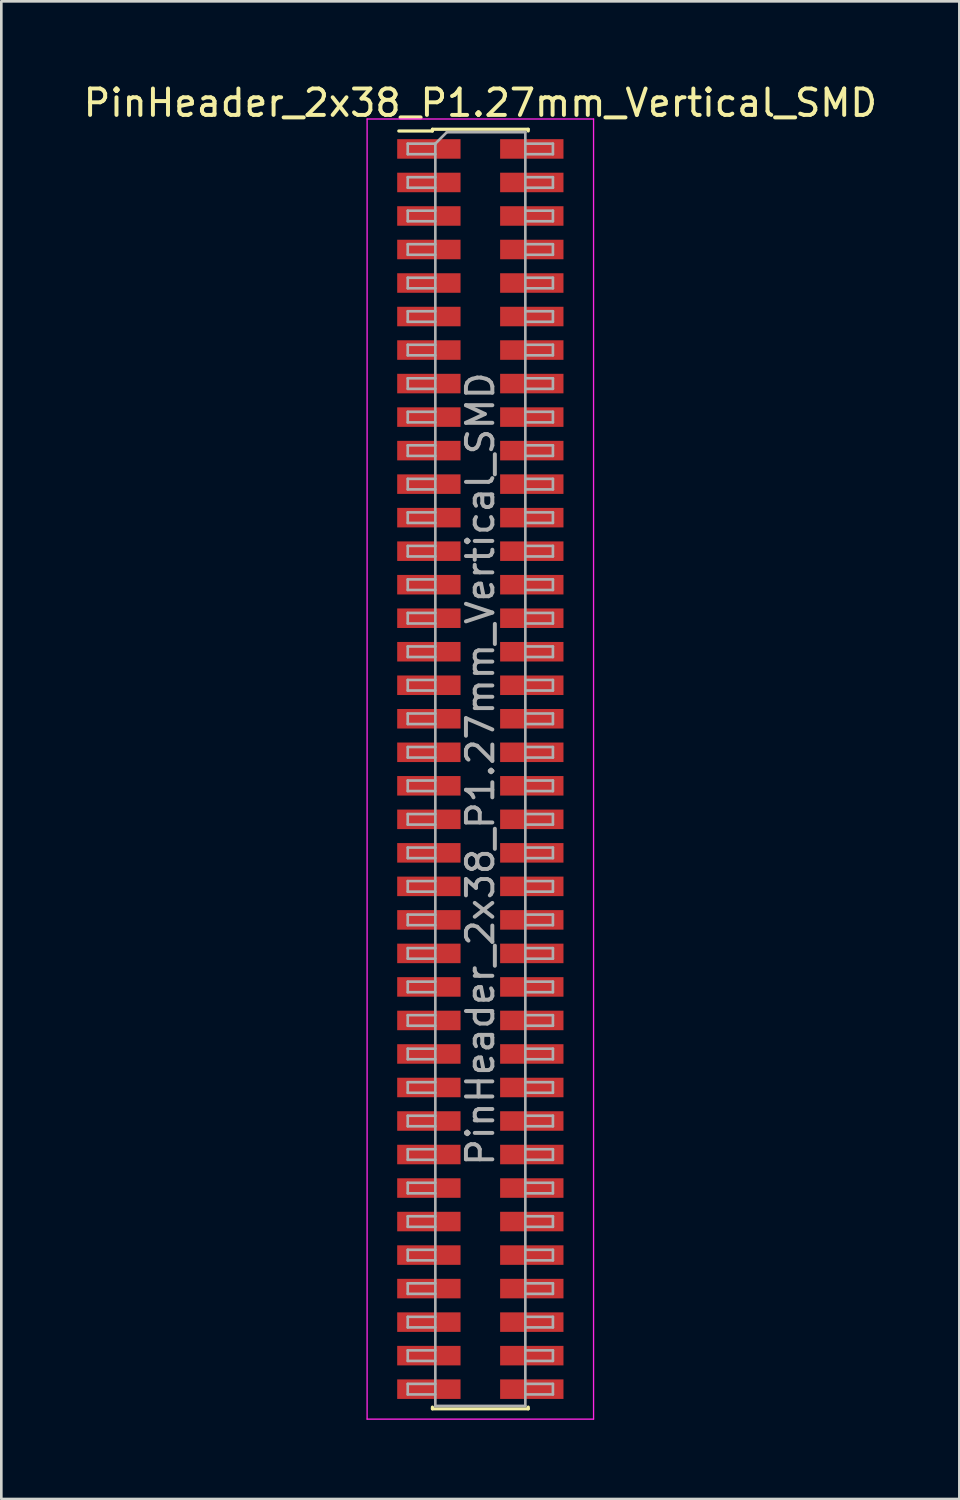
<source format=kicad_pcb>
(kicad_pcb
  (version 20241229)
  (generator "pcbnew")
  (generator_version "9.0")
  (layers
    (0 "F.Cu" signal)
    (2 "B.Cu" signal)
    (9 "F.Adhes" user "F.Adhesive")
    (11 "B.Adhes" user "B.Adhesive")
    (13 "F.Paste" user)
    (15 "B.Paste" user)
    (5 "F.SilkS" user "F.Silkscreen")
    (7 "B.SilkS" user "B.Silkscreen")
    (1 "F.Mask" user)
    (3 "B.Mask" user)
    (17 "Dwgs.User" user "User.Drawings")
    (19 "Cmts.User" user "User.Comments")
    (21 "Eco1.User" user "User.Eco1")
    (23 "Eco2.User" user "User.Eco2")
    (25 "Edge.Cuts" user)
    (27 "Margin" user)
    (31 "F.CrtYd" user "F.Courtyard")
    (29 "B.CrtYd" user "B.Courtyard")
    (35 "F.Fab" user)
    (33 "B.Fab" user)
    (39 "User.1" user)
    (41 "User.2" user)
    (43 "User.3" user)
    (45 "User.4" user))
  (footprint "PinHeader_2x38_P1.27mm_Vertical_SMD"
    (layer "F.Cu")
    (at 15.149 26.088)
    (property "Reference" "PinHeader_2x38_P1.27mm_Vertical_SMD" (at 0 -25.24 0) (layer "F.SilkS") (effects (font (size 1 1) (thickness 0.15))))
    (attr smd)
    (fp_line (start -3.09 -24.175) (end -1.815 -24.175) (stroke (width 0.12) (type solid)) (layer "F.SilkS"))
    (fp_line (start -1.815 -24.24) (end -1.815 -24.175) (stroke (width 0.12) (type solid)) (layer "F.SilkS"))
    (fp_line (start -1.815 -24.24) (end 1.815 -24.24) (stroke (width 0.12) (type solid)) (layer "F.SilkS"))
    (fp_line (start -1.815 24.175) (end -1.815 24.24) (stroke (width 0.12) (type solid)) (layer "F.SilkS"))
    (fp_line (start -1.815 24.24) (end 1.815 24.24) (stroke (width 0.12) (type solid)) (layer "F.SilkS"))
    (fp_line (start 1.815 -24.24) (end 1.815 -24.175) (stroke (width 0.12) (type solid)) (layer "F.SilkS"))
    (fp_line (start 1.815 24.175) (end 1.815 24.24) (stroke (width 0.12) (type solid)) (layer "F.SilkS"))
    (fp_line (start -4.29 -24.63) (end -4.29 24.63) (stroke (width 0.05) (type solid)) (layer "F.CrtYd"))
    (fp_line (start -4.29 24.63) (end 4.29 24.63) (stroke (width 0.05) (type solid)) (layer "F.CrtYd"))
    (fp_line (start 4.29 -24.63) (end -4.29 -24.63) (stroke (width 0.05) (type solid)) (layer "F.CrtYd"))
    (fp_line (start 4.29 24.63) (end 4.29 -24.63) (stroke (width 0.05) (type solid)) (layer "F.CrtYd"))
    (fp_line (start -2.75 -23.695) (end -2.75 -23.295) (stroke (width 0.1) (type solid)) (layer "F.Fab"))
    (fp_line (start -2.75 -23.295) (end -1.705 -23.295) (stroke (width 0.1) (type solid)) (layer "F.Fab"))
    (fp_line (start -2.75 -22.425) (end -2.75 -22.025) (stroke (width 0.1) (type solid)) (layer "F.Fab"))
    (fp_line (start -2.75 -22.025) (end -1.705 -22.025) (stroke (width 0.1) (type solid)) (layer "F.Fab"))
    (fp_line (start -2.75 -21.155) (end -2.75 -20.755) (stroke (width 0.1) (type solid)) (layer "F.Fab"))
    (fp_line (start -2.75 -20.755) (end -1.705 -20.755) (stroke (width 0.1) (type solid)) (layer "F.Fab"))
    (fp_line (start -2.75 -19.885) (end -2.75 -19.485) (stroke (width 0.1) (type solid)) (layer "F.Fab"))
    (fp_line (start -2.75 -19.485) (end -1.705 -19.485) (stroke (width 0.1) (type solid)) (layer "F.Fab"))
    (fp_line (start -2.75 -18.615) (end -2.75 -18.215) (stroke (width 0.1) (type solid)) (layer "F.Fab"))
    (fp_line (start -2.75 -18.215) (end -1.705 -18.215) (stroke (width 0.1) (type solid)) (layer "F.Fab"))
    (fp_line (start -2.75 -17.345) (end -2.75 -16.945) (stroke (width 0.1) (type solid)) (layer "F.Fab"))
    (fp_line (start -2.75 -16.945) (end -1.705 -16.945) (stroke (width 0.1) (type solid)) (layer "F.Fab"))
    (fp_line (start -2.75 -16.075) (end -2.75 -15.675) (stroke (width 0.1) (type solid)) (layer "F.Fab"))
    (fp_line (start -2.75 -15.675) (end -1.705 -15.675) (stroke (width 0.1) (type solid)) (layer "F.Fab"))
    (fp_line (start -2.75 -14.805) (end -2.75 -14.405) (stroke (width 0.1) (type solid)) (layer "F.Fab"))
    (fp_line (start -2.75 -14.405) (end -1.705 -14.405) (stroke (width 0.1) (type solid)) (layer "F.Fab"))
    (fp_line (start -2.75 -13.535) (end -2.75 -13.135) (stroke (width 0.1) (type solid)) (layer "F.Fab"))
    (fp_line (start -2.75 -13.135) (end -1.705 -13.135) (stroke (width 0.1) (type solid)) (layer "F.Fab"))
    (fp_line (start -2.75 -12.265) (end -2.75 -11.865) (stroke (width 0.1) (type solid)) (layer "F.Fab"))
    (fp_line (start -2.75 -11.865) (end -1.705 -11.865) (stroke (width 0.1) (type solid)) (layer "F.Fab"))
    (fp_line (start -2.75 -10.995) (end -2.75 -10.595) (stroke (width 0.1) (type solid)) (layer "F.Fab"))
    (fp_line (start -2.75 -10.595) (end -1.705 -10.595) (stroke (width 0.1) (type solid)) (layer "F.Fab"))
    (fp_line (start -2.75 -9.725) (end -2.75 -9.325) (stroke (width 0.1) (type solid)) (layer "F.Fab"))
    (fp_line (start -2.75 -9.325) (end -1.705 -9.325) (stroke (width 0.1) (type solid)) (layer "F.Fab"))
    (fp_line (start -2.75 -8.455) (end -2.75 -8.055) (stroke (width 0.1) (type solid)) (layer "F.Fab"))
    (fp_line (start -2.75 -8.055) (end -1.705 -8.055) (stroke (width 0.1) (type solid)) (layer "F.Fab"))
    (fp_line (start -2.75 -7.185) (end -2.75 -6.785) (stroke (width 0.1) (type solid)) (layer "F.Fab"))
    (fp_line (start -2.75 -6.785) (end -1.705 -6.785) (stroke (width 0.1) (type solid)) (layer "F.Fab"))
    (fp_line (start -2.75 -5.915) (end -2.75 -5.515) (stroke (width 0.1) (type solid)) (layer "F.Fab"))
    (fp_line (start -2.75 -5.515) (end -1.705 -5.515) (stroke (width 0.1) (type solid)) (layer "F.Fab"))
    (fp_line (start -2.75 -4.645) (end -2.75 -4.245) (stroke (width 0.1) (type solid)) (layer "F.Fab"))
    (fp_line (start -2.75 -4.245) (end -1.705 -4.245) (stroke (width 0.1) (type solid)) (layer "F.Fab"))
    (fp_line (start -2.75 -3.375) (end -2.75 -2.975) (stroke (width 0.1) (type solid)) (layer "F.Fab"))
    (fp_line (start -2.75 -2.975) (end -1.705 -2.975) (stroke (width 0.1) (type solid)) (layer "F.Fab"))
    (fp_line (start -2.75 -2.105) (end -2.75 -1.705) (stroke (width 0.1) (type solid)) (layer "F.Fab"))
    (fp_line (start -2.75 -1.705) (end -1.705 -1.705) (stroke (width 0.1) (type solid)) (layer "F.Fab"))
    (fp_line (start -2.75 -0.835) (end -2.75 -0.435) (stroke (width 0.1) (type solid)) (layer "F.Fab"))
    (fp_line (start -2.75 -0.435) (end -1.705 -0.435) (stroke (width 0.1) (type solid)) (layer "F.Fab"))
    (fp_line (start -2.75 0.435) (end -2.75 0.835) (stroke (width 0.1) (type solid)) (layer "F.Fab"))
    (fp_line (start -2.75 0.835) (end -1.705 0.835) (stroke (width 0.1) (type solid)) (layer "F.Fab"))
    (fp_line (start -2.75 1.705) (end -2.75 2.105) (stroke (width 0.1) (type solid)) (layer "F.Fab"))
    (fp_line (start -2.75 2.105) (end -1.705 2.105) (stroke (width 0.1) (type solid)) (layer "F.Fab"))
    (fp_line (start -2.75 2.975) (end -2.75 3.375) (stroke (width 0.1) (type solid)) (layer "F.Fab"))
    (fp_line (start -2.75 3.375) (end -1.705 3.375) (stroke (width 0.1) (type solid)) (layer "F.Fab"))
    (fp_line (start -2.75 4.245) (end -2.75 4.645) (stroke (width 0.1) (type solid)) (layer "F.Fab"))
    (fp_line (start -2.75 4.645) (end -1.705 4.645) (stroke (width 0.1) (type solid)) (layer "F.Fab"))
    (fp_line (start -2.75 5.515) (end -2.75 5.915) (stroke (width 0.1) (type solid)) (layer "F.Fab"))
    (fp_line (start -2.75 5.915) (end -1.705 5.915) (stroke (width 0.1) (type solid)) (layer "F.Fab"))
    (fp_line (start -2.75 6.785) (end -2.75 7.185) (stroke (width 0.1) (type solid)) (layer "F.Fab"))
    (fp_line (start -2.75 7.185) (end -1.705 7.185) (stroke (width 0.1) (type solid)) (layer "F.Fab"))
    (fp_line (start -2.75 8.055) (end -2.75 8.455) (stroke (width 0.1) (type solid)) (layer "F.Fab"))
    (fp_line (start -2.75 8.455) (end -1.705 8.455) (stroke (width 0.1) (type solid)) (layer "F.Fab"))
    (fp_line (start -2.75 9.325) (end -2.75 9.725) (stroke (width 0.1) (type solid)) (layer "F.Fab"))
    (fp_line (start -2.75 9.725) (end -1.705 9.725) (stroke (width 0.1) (type solid)) (layer "F.Fab"))
    (fp_line (start -2.75 10.595) (end -2.75 10.995) (stroke (width 0.1) (type solid)) (layer "F.Fab"))
    (fp_line (start -2.75 10.995) (end -1.705 10.995) (stroke (width 0.1) (type solid)) (layer "F.Fab"))
    (fp_line (start -2.75 11.865) (end -2.75 12.265) (stroke (width 0.1) (type solid)) (layer "F.Fab"))
    (fp_line (start -2.75 12.265) (end -1.705 12.265) (stroke (width 0.1) (type solid)) (layer "F.Fab"))
    (fp_line (start -2.75 13.135) (end -2.75 13.535) (stroke (width 0.1) (type solid)) (layer "F.Fab"))
    (fp_line (start -2.75 13.535) (end -1.705 13.535) (stroke (width 0.1) (type solid)) (layer "F.Fab"))
    (fp_line (start -2.75 14.405) (end -2.75 14.805) (stroke (width 0.1) (type solid)) (layer "F.Fab"))
    (fp_line (start -2.75 14.805) (end -1.705 14.805) (stroke (width 0.1) (type solid)) (layer "F.Fab"))
    (fp_line (start -2.75 15.675) (end -2.75 16.075) (stroke (width 0.1) (type solid)) (layer "F.Fab"))
    (fp_line (start -2.75 16.075) (end -1.705 16.075) (stroke (width 0.1) (type solid)) (layer "F.Fab"))
    (fp_line (start -2.75 16.945) (end -2.75 17.345) (stroke (width 0.1) (type solid)) (layer "F.Fab"))
    (fp_line (start -2.75 17.345) (end -1.705 17.345) (stroke (width 0.1) (type solid)) (layer "F.Fab"))
    (fp_line (start -2.75 18.215) (end -2.75 18.615) (stroke (width 0.1) (type solid)) (layer "F.Fab"))
    (fp_line (start -2.75 18.615) (end -1.705 18.615) (stroke (width 0.1) (type solid)) (layer "F.Fab"))
    (fp_line (start -2.75 19.485) (end -2.75 19.885) (stroke (width 0.1) (type solid)) (layer "F.Fab"))
    (fp_line (start -2.75 19.885) (end -1.705 19.885) (stroke (width 0.1) (type solid)) (layer "F.Fab"))
    (fp_line (start -2.75 20.755) (end -2.75 21.155) (stroke (width 0.1) (type solid)) (layer "F.Fab"))
    (fp_line (start -2.75 21.155) (end -1.705 21.155) (stroke (width 0.1) (type solid)) (layer "F.Fab"))
    (fp_line (start -2.75 22.025) (end -2.75 22.425) (stroke (width 0.1) (type solid)) (layer "F.Fab"))
    (fp_line (start -2.75 22.425) (end -1.705 22.425) (stroke (width 0.1) (type solid)) (layer "F.Fab"))
    (fp_line (start -2.75 23.295) (end -2.75 23.695) (stroke (width 0.1) (type solid)) (layer "F.Fab"))
    (fp_line (start -2.75 23.695) (end -1.705 23.695) (stroke (width 0.1) (type solid)) (layer "F.Fab"))
    (fp_line (start -1.705 -23.695) (end -2.75 -23.695) (stroke (width 0.1) (type solid)) (layer "F.Fab"))
    (fp_line (start -1.705 -23.695) (end -1.27 -24.13) (stroke (width 0.1) (type solid)) (layer "F.Fab"))
    (fp_line (start -1.705 -22.425) (end -2.75 -22.425) (stroke (width 0.1) (type solid)) (layer "F.Fab"))
    (fp_line (start -1.705 -21.155) (end -2.75 -21.155) (stroke (width 0.1) (type solid)) (layer "F.Fab"))
    (fp_line (start -1.705 -19.885) (end -2.75 -19.885) (stroke (width 0.1) (type solid)) (layer "F.Fab"))
    (fp_line (start -1.705 -18.615) (end -2.75 -18.615) (stroke (width 0.1) (type solid)) (layer "F.Fab"))
    (fp_line (start -1.705 -17.345) (end -2.75 -17.345) (stroke (width 0.1) (type solid)) (layer "F.Fab"))
    (fp_line (start -1.705 -16.075) (end -2.75 -16.075) (stroke (width 0.1) (type solid)) (layer "F.Fab"))
    (fp_line (start -1.705 -14.805) (end -2.75 -14.805) (stroke (width 0.1) (type solid)) (layer "F.Fab"))
    (fp_line (start -1.705 -13.535) (end -2.75 -13.535) (stroke (width 0.1) (type solid)) (layer "F.Fab"))
    (fp_line (start -1.705 -12.265) (end -2.75 -12.265) (stroke (width 0.1) (type solid)) (layer "F.Fab"))
    (fp_line (start -1.705 -10.995) (end -2.75 -10.995) (stroke (width 0.1) (type solid)) (layer "F.Fab"))
    (fp_line (start -1.705 -9.725) (end -2.75 -9.725) (stroke (width 0.1) (type solid)) (layer "F.Fab"))
    (fp_line (start -1.705 -8.455) (end -2.75 -8.455) (stroke (width 0.1) (type solid)) (layer "F.Fab"))
    (fp_line (start -1.705 -7.185) (end -2.75 -7.185) (stroke (width 0.1) (type solid)) (layer "F.Fab"))
    (fp_line (start -1.705 -5.915) (end -2.75 -5.915) (stroke (width 0.1) (type solid)) (layer "F.Fab"))
    (fp_line (start -1.705 -4.645) (end -2.75 -4.645) (stroke (width 0.1) (type solid)) (layer "F.Fab"))
    (fp_line (start -1.705 -3.375) (end -2.75 -3.375) (stroke (width 0.1) (type solid)) (layer "F.Fab"))
    (fp_line (start -1.705 -2.105) (end -2.75 -2.105) (stroke (width 0.1) (type solid)) (layer "F.Fab"))
    (fp_line (start -1.705 -0.835) (end -2.75 -0.835) (stroke (width 0.1) (type solid)) (layer "F.Fab"))
    (fp_line (start -1.705 0.435) (end -2.75 0.435) (stroke (width 0.1) (type solid)) (layer "F.Fab"))
    (fp_line (start -1.705 1.705) (end -2.75 1.705) (stroke (width 0.1) (type solid)) (layer "F.Fab"))
    (fp_line (start -1.705 2.975) (end -2.75 2.975) (stroke (width 0.1) (type solid)) (layer "F.Fab"))
    (fp_line (start -1.705 4.245) (end -2.75 4.245) (stroke (width 0.1) (type solid)) (layer "F.Fab"))
    (fp_line (start -1.705 5.515) (end -2.75 5.515) (stroke (width 0.1) (type solid)) (layer "F.Fab"))
    (fp_line (start -1.705 6.785) (end -2.75 6.785) (stroke (width 0.1) (type solid)) (layer "F.Fab"))
    (fp_line (start -1.705 8.055) (end -2.75 8.055) (stroke (width 0.1) (type solid)) (layer "F.Fab"))
    (fp_line (start -1.705 9.325) (end -2.75 9.325) (stroke (width 0.1) (type solid)) (layer "F.Fab"))
    (fp_line (start -1.705 10.595) (end -2.75 10.595) (stroke (width 0.1) (type solid)) (layer "F.Fab"))
    (fp_line (start -1.705 11.865) (end -2.75 11.865) (stroke (width 0.1) (type solid)) (layer "F.Fab"))
    (fp_line (start -1.705 13.135) (end -2.75 13.135) (stroke (width 0.1) (type solid)) (layer "F.Fab"))
    (fp_line (start -1.705 14.405) (end -2.75 14.405) (stroke (width 0.1) (type solid)) (layer "F.Fab"))
    (fp_line (start -1.705 15.675) (end -2.75 15.675) (stroke (width 0.1) (type solid)) (layer "F.Fab"))
    (fp_line (start -1.705 16.945) (end -2.75 16.945) (stroke (width 0.1) (type solid)) (layer "F.Fab"))
    (fp_line (start -1.705 18.215) (end -2.75 18.215) (stroke (width 0.1) (type solid)) (layer "F.Fab"))
    (fp_line (start -1.705 19.485) (end -2.75 19.485) (stroke (width 0.1) (type solid)) (layer "F.Fab"))
    (fp_line (start -1.705 20.755) (end -2.75 20.755) (stroke (width 0.1) (type solid)) (layer "F.Fab"))
    (fp_line (start -1.705 22.025) (end -2.75 22.025) (stroke (width 0.1) (type solid)) (layer "F.Fab"))
    (fp_line (start -1.705 23.295) (end -2.75 23.295) (stroke (width 0.1) (type solid)) (layer "F.Fab"))
    (fp_line (start -1.705 24.13) (end -1.705 -23.695) (stroke (width 0.1) (type solid)) (layer "F.Fab"))
    (fp_line (start -1.27 -24.13) (end 1.705 -24.13) (stroke (width 0.1) (type solid)) (layer "F.Fab"))
    (fp_line (start 1.705 -24.13) (end 1.705 24.13) (stroke (width 0.1) (type solid)) (layer "F.Fab"))
    (fp_line (start 1.705 -23.695) (end 2.75 -23.695) (stroke (width 0.1) (type solid)) (layer "F.Fab"))
    (fp_line (start 1.705 -22.425) (end 2.75 -22.425) (stroke (width 0.1) (type solid)) (layer "F.Fab"))
    (fp_line (start 1.705 -21.155) (end 2.75 -21.155) (stroke (width 0.1) (type solid)) (layer "F.Fab"))
    (fp_line (start 1.705 -19.885) (end 2.75 -19.885) (stroke (width 0.1) (type solid)) (layer "F.Fab"))
    (fp_line (start 1.705 -18.615) (end 2.75 -18.615) (stroke (width 0.1) (type solid)) (layer "F.Fab"))
    (fp_line (start 1.705 -17.345) (end 2.75 -17.345) (stroke (width 0.1) (type solid)) (layer "F.Fab"))
    (fp_line (start 1.705 -16.075) (end 2.75 -16.075) (stroke (width 0.1) (type solid)) (layer "F.Fab"))
    (fp_line (start 1.705 -14.805) (end 2.75 -14.805) (stroke (width 0.1) (type solid)) (layer "F.Fab"))
    (fp_line (start 1.705 -13.535) (end 2.75 -13.535) (stroke (width 0.1) (type solid)) (layer "F.Fab"))
    (fp_line (start 1.705 -12.265) (end 2.75 -12.265) (stroke (width 0.1) (type solid)) (layer "F.Fab"))
    (fp_line (start 1.705 -10.995) (end 2.75 -10.995) (stroke (width 0.1) (type solid)) (layer "F.Fab"))
    (fp_line (start 1.705 -9.725) (end 2.75 -9.725) (stroke (width 0.1) (type solid)) (layer "F.Fab"))
    (fp_line (start 1.705 -8.455) (end 2.75 -8.455) (stroke (width 0.1) (type solid)) (layer "F.Fab"))
    (fp_line (start 1.705 -7.185) (end 2.75 -7.185) (stroke (width 0.1) (type solid)) (layer "F.Fab"))
    (fp_line (start 1.705 -5.915) (end 2.75 -5.915) (stroke (width 0.1) (type solid)) (layer "F.Fab"))
    (fp_line (start 1.705 -4.645) (end 2.75 -4.645) (stroke (width 0.1) (type solid)) (layer "F.Fab"))
    (fp_line (start 1.705 -3.375) (end 2.75 -3.375) (stroke (width 0.1) (type solid)) (layer "F.Fab"))
    (fp_line (start 1.705 -2.105) (end 2.75 -2.105) (stroke (width 0.1) (type solid)) (layer "F.Fab"))
    (fp_line (start 1.705 -0.835) (end 2.75 -0.835) (stroke (width 0.1) (type solid)) (layer "F.Fab"))
    (fp_line (start 1.705 0.435) (end 2.75 0.435) (stroke (width 0.1) (type solid)) (layer "F.Fab"))
    (fp_line (start 1.705 1.705) (end 2.75 1.705) (stroke (width 0.1) (type solid)) (layer "F.Fab"))
    (fp_line (start 1.705 2.975) (end 2.75 2.975) (stroke (width 0.1) (type solid)) (layer "F.Fab"))
    (fp_line (start 1.705 4.245) (end 2.75 4.245) (stroke (width 0.1) (type solid)) (layer "F.Fab"))
    (fp_line (start 1.705 5.515) (end 2.75 5.515) (stroke (width 0.1) (type solid)) (layer "F.Fab"))
    (fp_line (start 1.705 6.785) (end 2.75 6.785) (stroke (width 0.1) (type solid)) (layer "F.Fab"))
    (fp_line (start 1.705 8.055) (end 2.75 8.055) (stroke (width 0.1) (type solid)) (layer "F.Fab"))
    (fp_line (start 1.705 9.325) (end 2.75 9.325) (stroke (width 0.1) (type solid)) (layer "F.Fab"))
    (fp_line (start 1.705 10.595) (end 2.75 10.595) (stroke (width 0.1) (type solid)) (layer "F.Fab"))
    (fp_line (start 1.705 11.865) (end 2.75 11.865) (stroke (width 0.1) (type solid)) (layer "F.Fab"))
    (fp_line (start 1.705 13.135) (end 2.75 13.135) (stroke (width 0.1) (type solid)) (layer "F.Fab"))
    (fp_line (start 1.705 14.405) (end 2.75 14.405) (stroke (width 0.1) (type solid)) (layer "F.Fab"))
    (fp_line (start 1.705 15.675) (end 2.75 15.675) (stroke (width 0.1) (type solid)) (layer "F.Fab"))
    (fp_line (start 1.705 16.945) (end 2.75 16.945) (stroke (width 0.1) (type solid)) (layer "F.Fab"))
    (fp_line (start 1.705 18.215) (end 2.75 18.215) (stroke (width 0.1) (type solid)) (layer "F.Fab"))
    (fp_line (start 1.705 19.485) (end 2.75 19.485) (stroke (width 0.1) (type solid)) (layer "F.Fab"))
    (fp_line (start 1.705 20.755) (end 2.75 20.755) (stroke (width 0.1) (type solid)) (layer "F.Fab"))
    (fp_line (start 1.705 22.025) (end 2.75 22.025) (stroke (width 0.1) (type solid)) (layer "F.Fab"))
    (fp_line (start 1.705 23.295) (end 2.75 23.295) (stroke (width 0.1) (type solid)) (layer "F.Fab"))
    (fp_line (start 1.705 24.13) (end -1.705 24.13) (stroke (width 0.1) (type solid)) (layer "F.Fab"))
    (fp_line (start 2.75 -23.695) (end 2.75 -23.295) (stroke (width 0.1) (type solid)) (layer "F.Fab"))
    (fp_line (start 2.75 -23.295) (end 1.705 -23.295) (stroke (width 0.1) (type solid)) (layer "F.Fab"))
    (fp_line (start 2.75 -22.425) (end 2.75 -22.025) (stroke (width 0.1) (type solid)) (layer "F.Fab"))
    (fp_line (start 2.75 -22.025) (end 1.705 -22.025) (stroke (width 0.1) (type solid)) (layer "F.Fab"))
    (fp_line (start 2.75 -21.155) (end 2.75 -20.755) (stroke (width 0.1) (type solid)) (layer "F.Fab"))
    (fp_line (start 2.75 -20.755) (end 1.705 -20.755) (stroke (width 0.1) (type solid)) (layer "F.Fab"))
    (fp_line (start 2.75 -19.885) (end 2.75 -19.485) (stroke (width 0.1) (type solid)) (layer "F.Fab"))
    (fp_line (start 2.75 -19.485) (end 1.705 -19.485) (stroke (width 0.1) (type solid)) (layer "F.Fab"))
    (fp_line (start 2.75 -18.615) (end 2.75 -18.215) (stroke (width 0.1) (type solid)) (layer "F.Fab"))
    (fp_line (start 2.75 -18.215) (end 1.705 -18.215) (stroke (width 0.1) (type solid)) (layer "F.Fab"))
    (fp_line (start 2.75 -17.345) (end 2.75 -16.945) (stroke (width 0.1) (type solid)) (layer "F.Fab"))
    (fp_line (start 2.75 -16.945) (end 1.705 -16.945) (stroke (width 0.1) (type solid)) (layer "F.Fab"))
    (fp_line (start 2.75 -16.075) (end 2.75 -15.675) (stroke (width 0.1) (type solid)) (layer "F.Fab"))
    (fp_line (start 2.75 -15.675) (end 1.705 -15.675) (stroke (width 0.1) (type solid)) (layer "F.Fab"))
    (fp_line (start 2.75 -14.805) (end 2.75 -14.405) (stroke (width 0.1) (type solid)) (layer "F.Fab"))
    (fp_line (start 2.75 -14.405) (end 1.705 -14.405) (stroke (width 0.1) (type solid)) (layer "F.Fab"))
    (fp_line (start 2.75 -13.535) (end 2.75 -13.135) (stroke (width 0.1) (type solid)) (layer "F.Fab"))
    (fp_line (start 2.75 -13.135) (end 1.705 -13.135) (stroke (width 0.1) (type solid)) (layer "F.Fab"))
    (fp_line (start 2.75 -12.265) (end 2.75 -11.865) (stroke (width 0.1) (type solid)) (layer "F.Fab"))
    (fp_line (start 2.75 -11.865) (end 1.705 -11.865) (stroke (width 0.1) (type solid)) (layer "F.Fab"))
    (fp_line (start 2.75 -10.995) (end 2.75 -10.595) (stroke (width 0.1) (type solid)) (layer "F.Fab"))
    (fp_line (start 2.75 -10.595) (end 1.705 -10.595) (stroke (width 0.1) (type solid)) (layer "F.Fab"))
    (fp_line (start 2.75 -9.725) (end 2.75 -9.325) (stroke (width 0.1) (type solid)) (layer "F.Fab"))
    (fp_line (start 2.75 -9.325) (end 1.705 -9.325) (stroke (width 0.1) (type solid)) (layer "F.Fab"))
    (fp_line (start 2.75 -8.455) (end 2.75 -8.055) (stroke (width 0.1) (type solid)) (layer "F.Fab"))
    (fp_line (start 2.75 -8.055) (end 1.705 -8.055) (stroke (width 0.1) (type solid)) (layer "F.Fab"))
    (fp_line (start 2.75 -7.185) (end 2.75 -6.785) (stroke (width 0.1) (type solid)) (layer "F.Fab"))
    (fp_line (start 2.75 -6.785) (end 1.705 -6.785) (stroke (width 0.1) (type solid)) (layer "F.Fab"))
    (fp_line (start 2.75 -5.915) (end 2.75 -5.515) (stroke (width 0.1) (type solid)) (layer "F.Fab"))
    (fp_line (start 2.75 -5.515) (end 1.705 -5.515) (stroke (width 0.1) (type solid)) (layer "F.Fab"))
    (fp_line (start 2.75 -4.645) (end 2.75 -4.245) (stroke (width 0.1) (type solid)) (layer "F.Fab"))
    (fp_line (start 2.75 -4.245) (end 1.705 -4.245) (stroke (width 0.1) (type solid)) (layer "F.Fab"))
    (fp_line (start 2.75 -3.375) (end 2.75 -2.975) (stroke (width 0.1) (type solid)) (layer "F.Fab"))
    (fp_line (start 2.75 -2.975) (end 1.705 -2.975) (stroke (width 0.1) (type solid)) (layer "F.Fab"))
    (fp_line (start 2.75 -2.105) (end 2.75 -1.705) (stroke (width 0.1) (type solid)) (layer "F.Fab"))
    (fp_line (start 2.75 -1.705) (end 1.705 -1.705) (stroke (width 0.1) (type solid)) (layer "F.Fab"))
    (fp_line (start 2.75 -0.835) (end 2.75 -0.435) (stroke (width 0.1) (type solid)) (layer "F.Fab"))
    (fp_line (start 2.75 -0.435) (end 1.705 -0.435) (stroke (width 0.1) (type solid)) (layer "F.Fab"))
    (fp_line (start 2.75 0.435) (end 2.75 0.835) (stroke (width 0.1) (type solid)) (layer "F.Fab"))
    (fp_line (start 2.75 0.835) (end 1.705 0.835) (stroke (width 0.1) (type solid)) (layer "F.Fab"))
    (fp_line (start 2.75 1.705) (end 2.75 2.105) (stroke (width 0.1) (type solid)) (layer "F.Fab"))
    (fp_line (start 2.75 2.105) (end 1.705 2.105) (stroke (width 0.1) (type solid)) (layer "F.Fab"))
    (fp_line (start 2.75 2.975) (end 2.75 3.375) (stroke (width 0.1) (type solid)) (layer "F.Fab"))
    (fp_line (start 2.75 3.375) (end 1.705 3.375) (stroke (width 0.1) (type solid)) (layer "F.Fab"))
    (fp_line (start 2.75 4.245) (end 2.75 4.645) (stroke (width 0.1) (type solid)) (layer "F.Fab"))
    (fp_line (start 2.75 4.645) (end 1.705 4.645) (stroke (width 0.1) (type solid)) (layer "F.Fab"))
    (fp_line (start 2.75 5.515) (end 2.75 5.915) (stroke (width 0.1) (type solid)) (layer "F.Fab"))
    (fp_line (start 2.75 5.915) (end 1.705 5.915) (stroke (width 0.1) (type solid)) (layer "F.Fab"))
    (fp_line (start 2.75 6.785) (end 2.75 7.185) (stroke (width 0.1) (type solid)) (layer "F.Fab"))
    (fp_line (start 2.75 7.185) (end 1.705 7.185) (stroke (width 0.1) (type solid)) (layer "F.Fab"))
    (fp_line (start 2.75 8.055) (end 2.75 8.455) (stroke (width 0.1) (type solid)) (layer "F.Fab"))
    (fp_line (start 2.75 8.455) (end 1.705 8.455) (stroke (width 0.1) (type solid)) (layer "F.Fab"))
    (fp_line (start 2.75 9.325) (end 2.75 9.725) (stroke (width 0.1) (type solid)) (layer "F.Fab"))
    (fp_line (start 2.75 9.725) (end 1.705 9.725) (stroke (width 0.1) (type solid)) (layer "F.Fab"))
    (fp_line (start 2.75 10.595) (end 2.75 10.995) (stroke (width 0.1) (type solid)) (layer "F.Fab"))
    (fp_line (start 2.75 10.995) (end 1.705 10.995) (stroke (width 0.1) (type solid)) (layer "F.Fab"))
    (fp_line (start 2.75 11.865) (end 2.75 12.265) (stroke (width 0.1) (type solid)) (layer "F.Fab"))
    (fp_line (start 2.75 12.265) (end 1.705 12.265) (stroke (width 0.1) (type solid)) (layer "F.Fab"))
    (fp_line (start 2.75 13.135) (end 2.75 13.535) (stroke (width 0.1) (type solid)) (layer "F.Fab"))
    (fp_line (start 2.75 13.535) (end 1.705 13.535) (stroke (width 0.1) (type solid)) (layer "F.Fab"))
    (fp_line (start 2.75 14.405) (end 2.75 14.805) (stroke (width 0.1) (type solid)) (layer "F.Fab"))
    (fp_line (start 2.75 14.805) (end 1.705 14.805) (stroke (width 0.1) (type solid)) (layer "F.Fab"))
    (fp_line (start 2.75 15.675) (end 2.75 16.075) (stroke (width 0.1) (type solid)) (layer "F.Fab"))
    (fp_line (start 2.75 16.075) (end 1.705 16.075) (stroke (width 0.1) (type solid)) (layer "F.Fab"))
    (fp_line (start 2.75 16.945) (end 2.75 17.345) (stroke (width 0.1) (type solid)) (layer "F.Fab"))
    (fp_line (start 2.75 17.345) (end 1.705 17.345) (stroke (width 0.1) (type solid)) (layer "F.Fab"))
    (fp_line (start 2.75 18.215) (end 2.75 18.615) (stroke (width 0.1) (type solid)) (layer "F.Fab"))
    (fp_line (start 2.75 18.615) (end 1.705 18.615) (stroke (width 0.1) (type solid)) (layer "F.Fab"))
    (fp_line (start 2.75 19.485) (end 2.75 19.885) (stroke (width 0.1) (type solid)) (layer "F.Fab"))
    (fp_line (start 2.75 19.885) (end 1.705 19.885) (stroke (width 0.1) (type solid)) (layer "F.Fab"))
    (fp_line (start 2.75 20.755) (end 2.75 21.155) (stroke (width 0.1) (type solid)) (layer "F.Fab"))
    (fp_line (start 2.75 21.155) (end 1.705 21.155) (stroke (width 0.1) (type solid)) (layer "F.Fab"))
    (fp_line (start 2.75 22.025) (end 2.75 22.425) (stroke (width 0.1) (type solid)) (layer "F.Fab"))
    (fp_line (start 2.75 22.425) (end 1.705 22.425) (stroke (width 0.1) (type solid)) (layer "F.Fab"))
    (fp_line (start 2.75 23.295) (end 2.75 23.695) (stroke (width 0.1) (type solid)) (layer "F.Fab"))
    (fp_line (start 2.75 23.695) (end 1.705 23.695) (stroke (width 0.1) (type solid)) (layer "F.Fab"))
    (fp_text user "${REFERENCE}" (at 0 0 90) (layer "F.Fab") (effects (font (size 1 1) (thickness 0.15))))
    (pad "1" smd rect (at -1.95 -23.495) (size 2.4 0.74) (layers "F.Cu" "F.Mask" "F.Paste"))
    (pad "2" smd rect (at 1.95 -23.495) (size 2.4 0.74) (layers "F.Cu" "F.Mask" "F.Paste"))
    (pad "3" smd rect (at -1.95 -22.225) (size 2.4 0.74) (layers "F.Cu" "F.Mask" "F.Paste"))
    (pad "4" smd rect (at 1.95 -22.225) (size 2.4 0.74) (layers "F.Cu" "F.Mask" "F.Paste"))
    (pad "5" smd rect (at -1.95 -20.955) (size 2.4 0.74) (layers "F.Cu" "F.Mask" "F.Paste"))
    (pad "6" smd rect (at 1.95 -20.955) (size 2.4 0.74) (layers "F.Cu" "F.Mask" "F.Paste"))
    (pad "7" smd rect (at -1.95 -19.685) (size 2.4 0.74) (layers "F.Cu" "F.Mask" "F.Paste"))
    (pad "8" smd rect (at 1.95 -19.685) (size 2.4 0.74) (layers "F.Cu" "F.Mask" "F.Paste"))
    (pad "9" smd rect (at -1.95 -18.415) (size 2.4 0.74) (layers "F.Cu" "F.Mask" "F.Paste"))
    (pad "10" smd rect (at 1.95 -18.415) (size 2.4 0.74) (layers "F.Cu" "F.Mask" "F.Paste"))
    (pad "11" smd rect (at -1.95 -17.145) (size 2.4 0.74) (layers "F.Cu" "F.Mask" "F.Paste"))
    (pad "12" smd rect (at 1.95 -17.145) (size 2.4 0.74) (layers "F.Cu" "F.Mask" "F.Paste"))
    (pad "13" smd rect (at -1.95 -15.875) (size 2.4 0.74) (layers "F.Cu" "F.Mask" "F.Paste"))
    (pad "14" smd rect (at 1.95 -15.875) (size 2.4 0.74) (layers "F.Cu" "F.Mask" "F.Paste"))
    (pad "15" smd rect (at -1.95 -14.605) (size 2.4 0.74) (layers "F.Cu" "F.Mask" "F.Paste"))
    (pad "16" smd rect (at 1.95 -14.605) (size 2.4 0.74) (layers "F.Cu" "F.Mask" "F.Paste"))
    (pad "17" smd rect (at -1.95 -13.335) (size 2.4 0.74) (layers "F.Cu" "F.Mask" "F.Paste"))
    (pad "18" smd rect (at 1.95 -13.335) (size 2.4 0.74) (layers "F.Cu" "F.Mask" "F.Paste"))
    (pad "19" smd rect (at -1.95 -12.065) (size 2.4 0.74) (layers "F.Cu" "F.Mask" "F.Paste"))
    (pad "20" smd rect (at 1.95 -12.065) (size 2.4 0.74) (layers "F.Cu" "F.Mask" "F.Paste"))
    (pad "21" smd rect (at -1.95 -10.795) (size 2.4 0.74) (layers "F.Cu" "F.Mask" "F.Paste"))
    (pad "22" smd rect (at 1.95 -10.795) (size 2.4 0.74) (layers "F.Cu" "F.Mask" "F.Paste"))
    (pad "23" smd rect (at -1.95 -9.525) (size 2.4 0.74) (layers "F.Cu" "F.Mask" "F.Paste"))
    (pad "24" smd rect (at 1.95 -9.525) (size 2.4 0.74) (layers "F.Cu" "F.Mask" "F.Paste"))
    (pad "25" smd rect (at -1.95 -8.255) (size 2.4 0.74) (layers "F.Cu" "F.Mask" "F.Paste"))
    (pad "26" smd rect (at 1.95 -8.255) (size 2.4 0.74) (layers "F.Cu" "F.Mask" "F.Paste"))
    (pad "27" smd rect (at -1.95 -6.985) (size 2.4 0.74) (layers "F.Cu" "F.Mask" "F.Paste"))
    (pad "28" smd rect (at 1.95 -6.985) (size 2.4 0.74) (layers "F.Cu" "F.Mask" "F.Paste"))
    (pad "29" smd rect (at -1.95 -5.715) (size 2.4 0.74) (layers "F.Cu" "F.Mask" "F.Paste"))
    (pad "30" smd rect (at 1.95 -5.715) (size 2.4 0.74) (layers "F.Cu" "F.Mask" "F.Paste"))
    (pad "31" smd rect (at -1.95 -4.445) (size 2.4 0.74) (layers "F.Cu" "F.Mask" "F.Paste"))
    (pad "32" smd rect (at 1.95 -4.445) (size 2.4 0.74) (layers "F.Cu" "F.Mask" "F.Paste"))
    (pad "33" smd rect (at -1.95 -3.175) (size 2.4 0.74) (layers "F.Cu" "F.Mask" "F.Paste"))
    (pad "34" smd rect (at 1.95 -3.175) (size 2.4 0.74) (layers "F.Cu" "F.Mask" "F.Paste"))
    (pad "35" smd rect (at -1.95 -1.905) (size 2.4 0.74) (layers "F.Cu" "F.Mask" "F.Paste"))
    (pad "36" smd rect (at 1.95 -1.905) (size 2.4 0.74) (layers "F.Cu" "F.Mask" "F.Paste"))
    (pad "37" smd rect (at -1.95 -0.635) (size 2.4 0.74) (layers "F.Cu" "F.Mask" "F.Paste"))
    (pad "38" smd rect (at 1.95 -0.635) (size 2.4 0.74) (layers "F.Cu" "F.Mask" "F.Paste"))
    (pad "39" smd rect (at -1.95 0.635) (size 2.4 0.74) (layers "F.Cu" "F.Mask" "F.Paste"))
    (pad "40" smd rect (at 1.95 0.635) (size 2.4 0.74) (layers "F.Cu" "F.Mask" "F.Paste"))
    (pad "41" smd rect (at -1.95 1.905) (size 2.4 0.74) (layers "F.Cu" "F.Mask" "F.Paste"))
    (pad "42" smd rect (at 1.95 1.905) (size 2.4 0.74) (layers "F.Cu" "F.Mask" "F.Paste"))
    (pad "43" smd rect (at -1.95 3.175) (size 2.4 0.74) (layers "F.Cu" "F.Mask" "F.Paste"))
    (pad "44" smd rect (at 1.95 3.175) (size 2.4 0.74) (layers "F.Cu" "F.Mask" "F.Paste"))
    (pad "45" smd rect (at -1.95 4.445) (size 2.4 0.74) (layers "F.Cu" "F.Mask" "F.Paste"))
    (pad "46" smd rect (at 1.95 4.445) (size 2.4 0.74) (layers "F.Cu" "F.Mask" "F.Paste"))
    (pad "47" smd rect (at -1.95 5.715) (size 2.4 0.74) (layers "F.Cu" "F.Mask" "F.Paste"))
    (pad "48" smd rect (at 1.95 5.715) (size 2.4 0.74) (layers "F.Cu" "F.Mask" "F.Paste"))
    (pad "49" smd rect (at -1.95 6.985) (size 2.4 0.74) (layers "F.Cu" "F.Mask" "F.Paste"))
    (pad "50" smd rect (at 1.95 6.985) (size 2.4 0.74) (layers "F.Cu" "F.Mask" "F.Paste"))
    (pad "51" smd rect (at -1.95 8.255) (size 2.4 0.74) (layers "F.Cu" "F.Mask" "F.Paste"))
    (pad "52" smd rect (at 1.95 8.255) (size 2.4 0.74) (layers "F.Cu" "F.Mask" "F.Paste"))
    (pad "53" smd rect (at -1.95 9.525) (size 2.4 0.74) (layers "F.Cu" "F.Mask" "F.Paste"))
    (pad "54" smd rect (at 1.95 9.525) (size 2.4 0.74) (layers "F.Cu" "F.Mask" "F.Paste"))
    (pad "55" smd rect (at -1.95 10.795) (size 2.4 0.74) (layers "F.Cu" "F.Mask" "F.Paste"))
    (pad "56" smd rect (at 1.95 10.795) (size 2.4 0.74) (layers "F.Cu" "F.Mask" "F.Paste"))
    (pad "57" smd rect (at -1.95 12.065) (size 2.4 0.74) (layers "F.Cu" "F.Mask" "F.Paste"))
    (pad "58" smd rect (at 1.95 12.065) (size 2.4 0.74) (layers "F.Cu" "F.Mask" "F.Paste"))
    (pad "59" smd rect (at -1.95 13.335) (size 2.4 0.74) (layers "F.Cu" "F.Mask" "F.Paste"))
    (pad "60" smd rect (at 1.95 13.335) (size 2.4 0.74) (layers "F.Cu" "F.Mask" "F.Paste"))
    (pad "61" smd rect (at -1.95 14.605) (size 2.4 0.74) (layers "F.Cu" "F.Mask" "F.Paste"))
    (pad "62" smd rect (at 1.95 14.605) (size 2.4 0.74) (layers "F.Cu" "F.Mask" "F.Paste"))
    (pad "63" smd rect (at -1.95 15.875) (size 2.4 0.74) (layers "F.Cu" "F.Mask" "F.Paste"))
    (pad "64" smd rect (at 1.95 15.875) (size 2.4 0.74) (layers "F.Cu" "F.Mask" "F.Paste"))
    (pad "65" smd rect (at -1.95 17.145) (size 2.4 0.74) (layers "F.Cu" "F.Mask" "F.Paste"))
    (pad "66" smd rect (at 1.95 17.145) (size 2.4 0.74) (layers "F.Cu" "F.Mask" "F.Paste"))
    (pad "67" smd rect (at -1.95 18.415) (size 2.4 0.74) (layers "F.Cu" "F.Mask" "F.Paste"))
    (pad "68" smd rect (at 1.95 18.415) (size 2.4 0.74) (layers "F.Cu" "F.Mask" "F.Paste"))
    (pad "69" smd rect (at -1.95 19.685) (size 2.4 0.74) (layers "F.Cu" "F.Mask" "F.Paste"))
    (pad "70" smd rect (at 1.95 19.685) (size 2.4 0.74) (layers "F.Cu" "F.Mask" "F.Paste"))
    (pad "71" smd rect (at -1.95 20.955) (size 2.4 0.74) (layers "F.Cu" "F.Mask" "F.Paste"))
    (pad "72" smd rect (at 1.95 20.955) (size 2.4 0.74) (layers "F.Cu" "F.Mask" "F.Paste"))
    (pad "73" smd rect (at -1.95 22.225) (size 2.4 0.74) (layers "F.Cu" "F.Mask" "F.Paste"))
    (pad "74" smd rect (at 1.95 22.225) (size 2.4 0.74) (layers "F.Cu" "F.Mask" "F.Paste"))
    (pad "75" smd rect (at -1.95 23.495) (size 2.4 0.74) (layers "F.Cu" "F.Mask" "F.Paste"))
    (pad "76" smd rect (at 1.95 23.495) (size 2.4 0.74) (layers "F.Cu" "F.Mask" "F.Paste")))
  (gr_rect
    (start -3 -3)
    (end 33.298 53.743)
    (stroke (width 0.1) (type default))
    (fill no)
    (layer "Edge.Cuts")))
</source>
